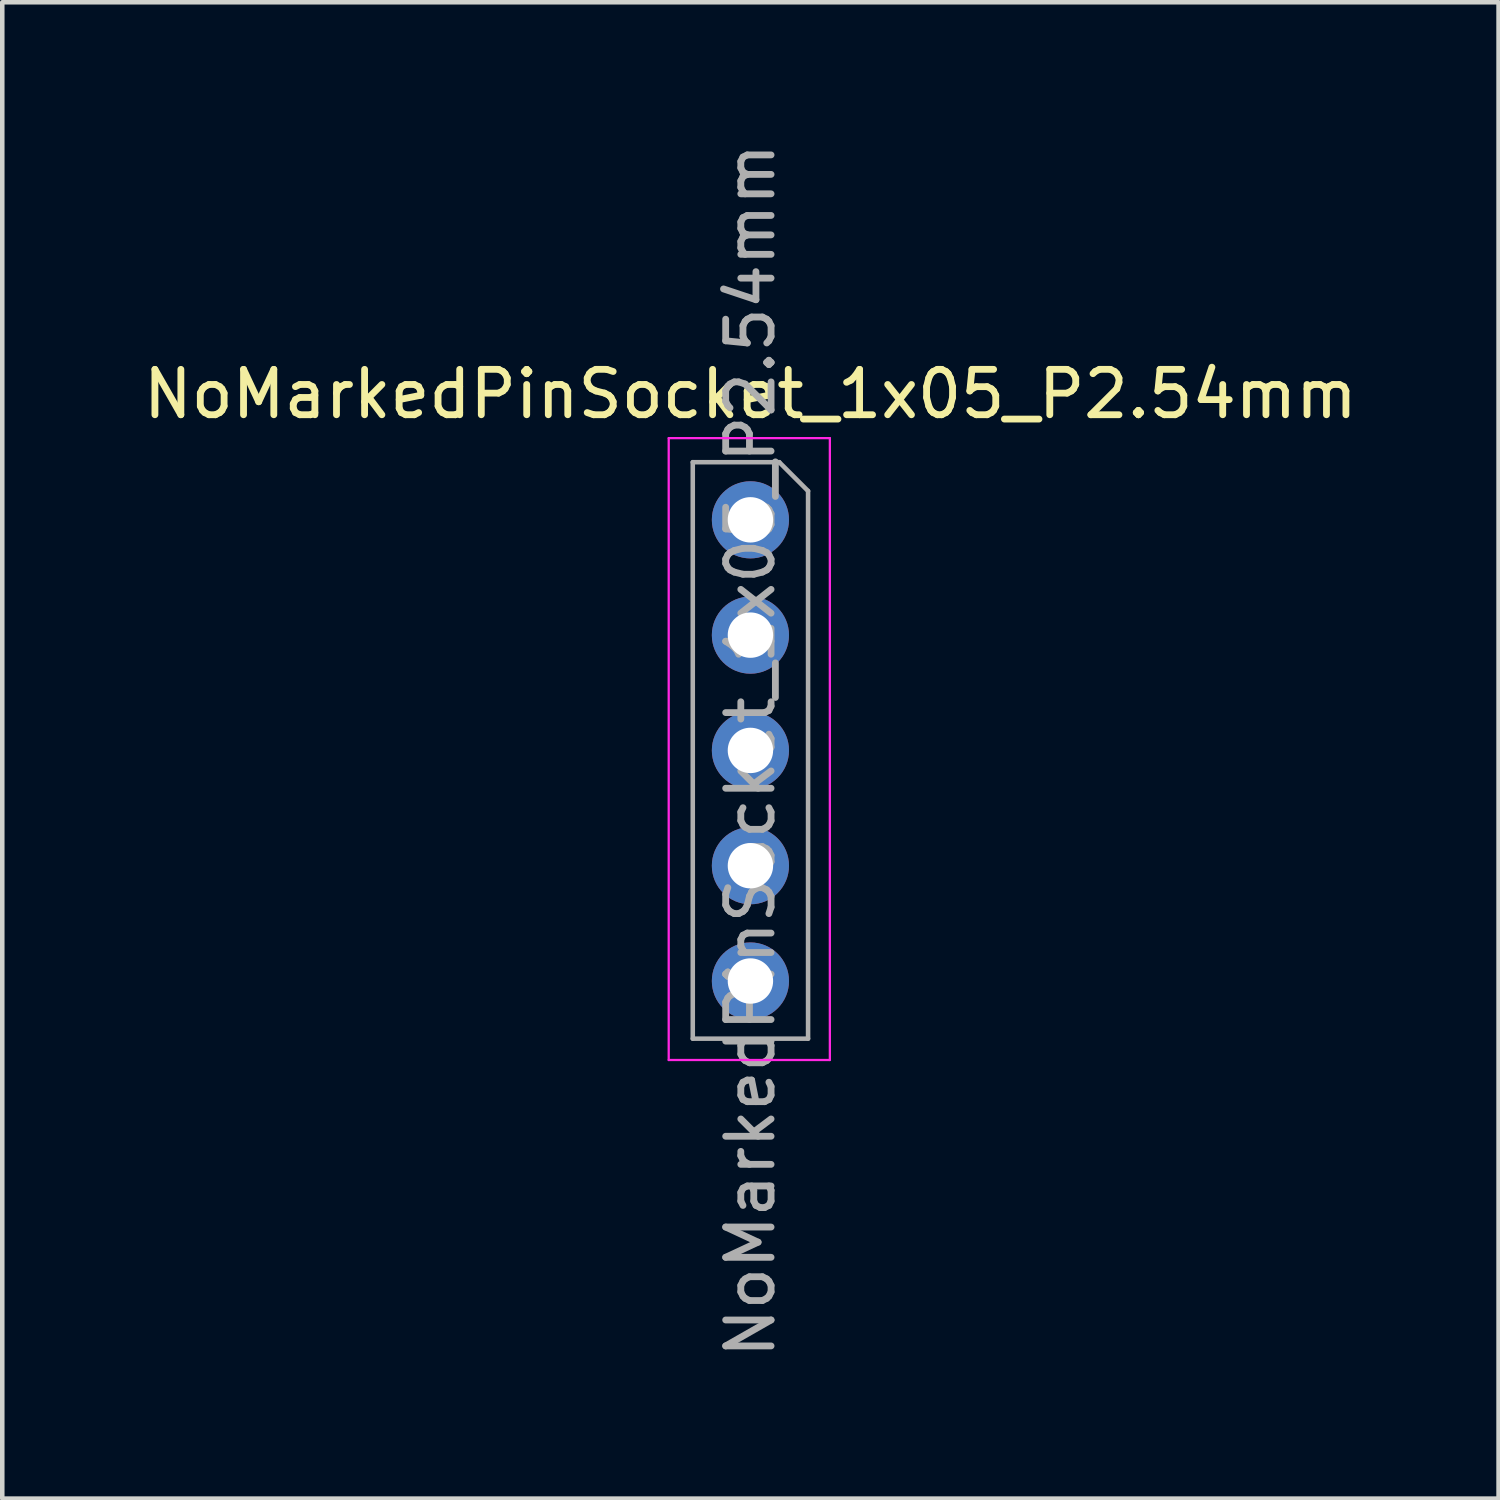
<source format=kicad_pcb>
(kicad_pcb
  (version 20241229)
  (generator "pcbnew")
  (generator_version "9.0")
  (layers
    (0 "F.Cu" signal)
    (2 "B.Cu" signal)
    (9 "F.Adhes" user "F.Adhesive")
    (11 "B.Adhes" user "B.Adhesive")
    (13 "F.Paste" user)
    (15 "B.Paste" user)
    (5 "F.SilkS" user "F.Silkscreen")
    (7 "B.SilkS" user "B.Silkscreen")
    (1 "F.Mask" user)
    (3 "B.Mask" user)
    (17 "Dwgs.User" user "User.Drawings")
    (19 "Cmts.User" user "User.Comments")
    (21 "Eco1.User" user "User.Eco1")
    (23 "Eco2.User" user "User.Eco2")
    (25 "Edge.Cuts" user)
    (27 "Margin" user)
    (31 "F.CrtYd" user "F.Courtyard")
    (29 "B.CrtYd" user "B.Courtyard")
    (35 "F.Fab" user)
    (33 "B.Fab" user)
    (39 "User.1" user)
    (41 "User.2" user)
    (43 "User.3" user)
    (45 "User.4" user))
  (footprint "NoMarkedPinSocket_1x05_P2.54mm"
    (layer "F.Cu")
    (at 13.482 8.402)
    (property "Reference" "NoMarkedPinSocket_1x05_P2.54mm" (at 0 -2.77 0) (layer "F.SilkS") (effects (font (size 1 1) (thickness 0.15))))
    (attr through_hole)
    (fp_line (start -1.8 -1.8) (end 1.75 -1.8) (stroke (width 0.05) (type solid)) (layer "F.CrtYd"))
    (fp_line (start -1.8 11.9) (end -1.8 -1.8) (stroke (width 0.05) (type solid)) (layer "F.CrtYd"))
    (fp_line (start 1.75 -1.8) (end 1.75 11.9) (stroke (width 0.05) (type solid)) (layer "F.CrtYd"))
    (fp_line (start 1.75 11.9) (end -1.8 11.9) (stroke (width 0.05) (type solid)) (layer "F.CrtYd"))
    (fp_line (start -1.27 -1.27) (end 0.635 -1.27) (stroke (width 0.1) (type solid)) (layer "F.Fab"))
    (fp_line (start -1.27 11.43) (end -1.27 -1.27) (stroke (width 0.1) (type solid)) (layer "F.Fab"))
    (fp_line (start 0.635 -1.27) (end 1.27 -0.635) (stroke (width 0.1) (type solid)) (layer "F.Fab"))
    (fp_line (start 1.27 -0.635) (end 1.27 11.43) (stroke (width 0.1) (type solid)) (layer "F.Fab"))
    (fp_line (start 1.27 11.43) (end -1.27 11.43) (stroke (width 0.1) (type solid)) (layer "F.Fab"))
    (fp_text user "${REFERENCE}" (at 0 5.08 90) (layer "F.Fab") (effects (font (size 1 1) (thickness 0.15))))
    (pad "1" thru_hole oval (at 0 0) (size 1.7 1.7) (drill 1) (layers "*.Cu" "*.Mask"))
    (pad "2" thru_hole oval (at 0 2.54) (size 1.7 1.7) (drill 1) (layers "*.Cu" "*.Mask"))
    (pad "3" thru_hole oval (at 0 5.08) (size 1.7 1.7) (drill 1) (layers "*.Cu" "*.Mask"))
    (pad "4" thru_hole oval (at 0 7.62) (size 1.7 1.7) (drill 1) (layers "*.Cu" "*.Mask"))
    (pad "5" thru_hole oval (at 0 10.16) (size 1.7 1.7) (drill 1) (layers "*.Cu" "*.Mask")))
  (gr_rect
    (start -3 -3)
    (end 29.964 29.964)
    (stroke (width 0.1) (type default))
    (fill no)
    (layer "Edge.Cuts")))
</source>
